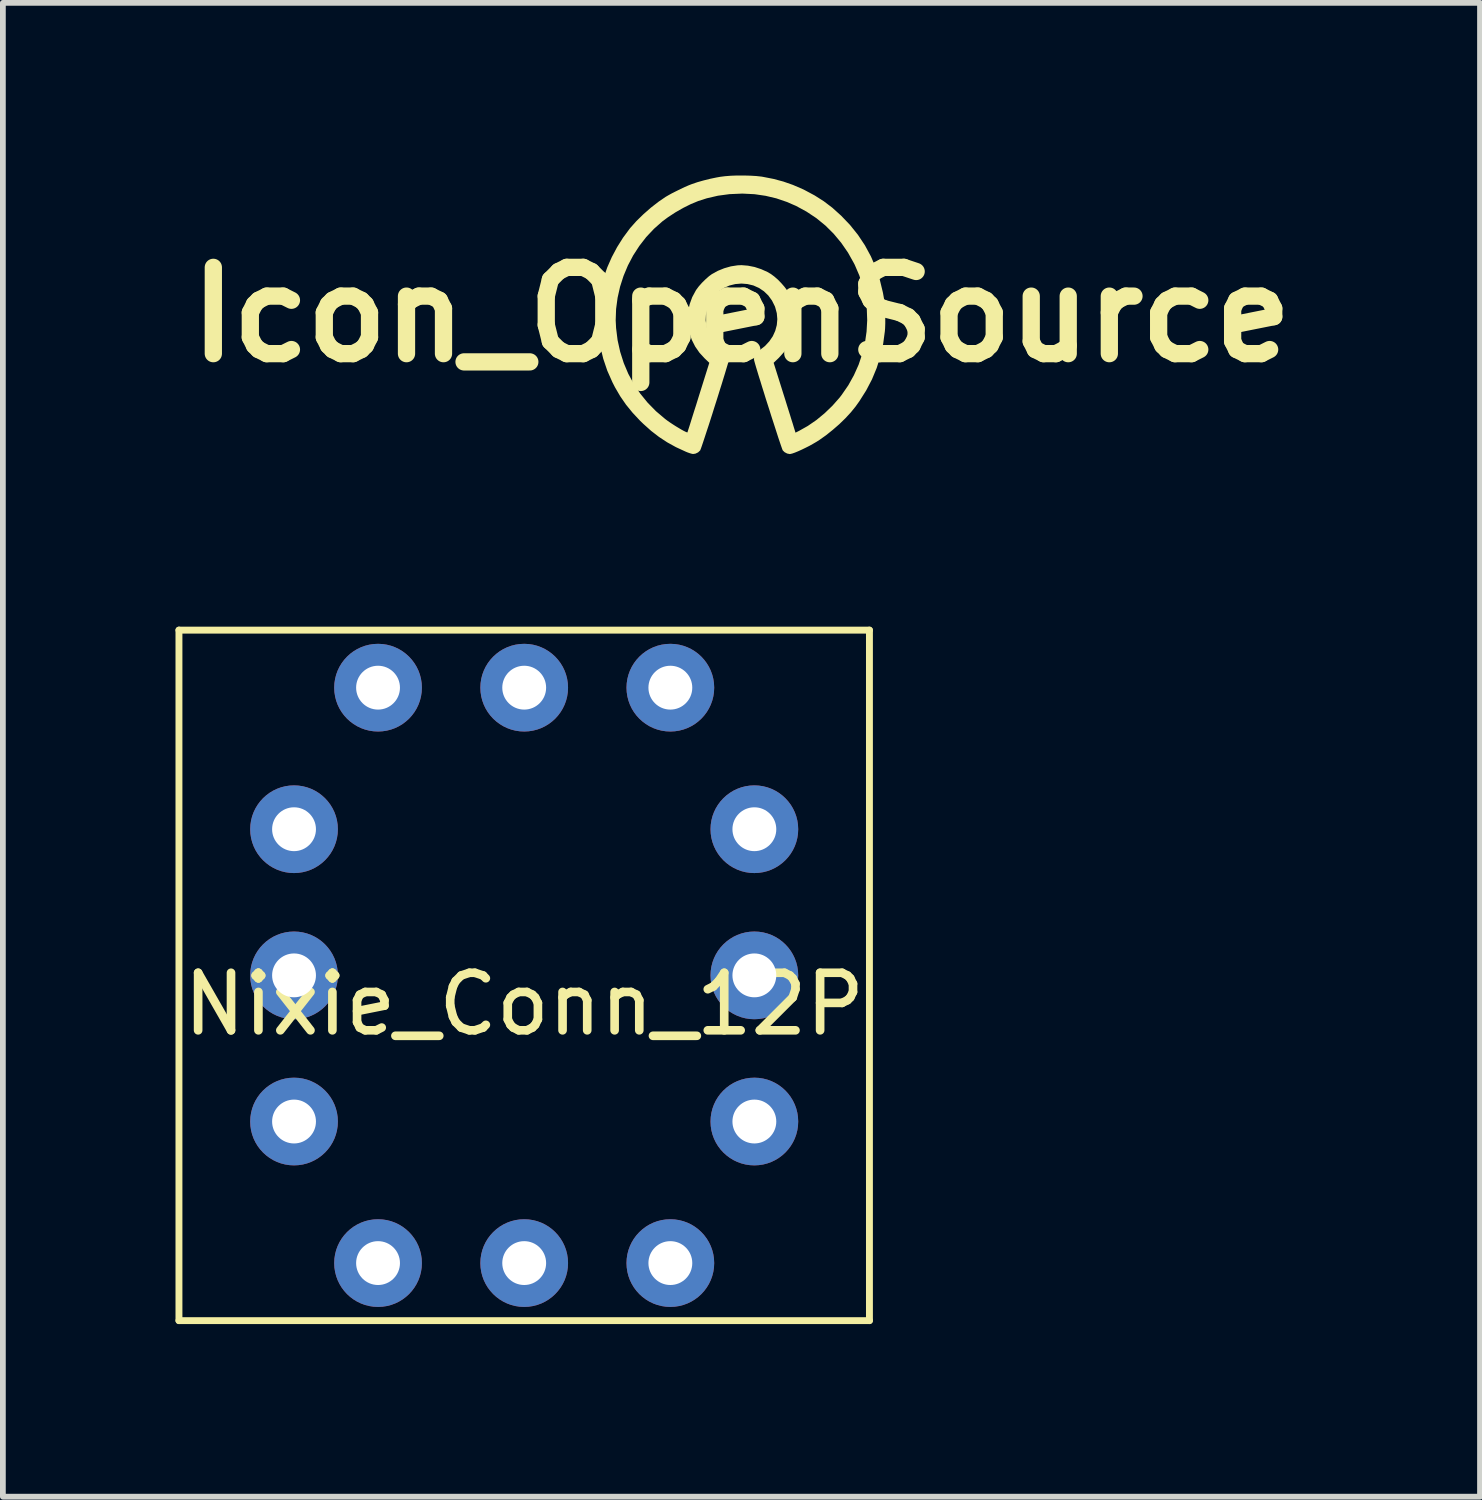
<source format=kicad_pcb>
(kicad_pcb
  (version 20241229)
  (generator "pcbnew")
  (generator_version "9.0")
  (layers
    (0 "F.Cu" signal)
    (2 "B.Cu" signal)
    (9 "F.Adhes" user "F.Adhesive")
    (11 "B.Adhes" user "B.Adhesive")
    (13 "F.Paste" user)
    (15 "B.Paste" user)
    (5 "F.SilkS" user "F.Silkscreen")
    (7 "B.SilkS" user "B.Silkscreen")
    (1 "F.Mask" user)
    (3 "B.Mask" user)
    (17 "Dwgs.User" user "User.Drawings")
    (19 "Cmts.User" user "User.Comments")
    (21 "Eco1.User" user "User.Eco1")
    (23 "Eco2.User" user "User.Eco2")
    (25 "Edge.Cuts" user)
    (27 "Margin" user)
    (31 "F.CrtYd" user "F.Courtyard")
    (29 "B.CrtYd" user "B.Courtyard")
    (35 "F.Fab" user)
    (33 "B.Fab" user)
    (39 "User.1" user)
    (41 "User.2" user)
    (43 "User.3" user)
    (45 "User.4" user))
  (footprint "Nixie_Conn_12P"
    (layer "F.Cu")
    (at 6.06 13.901)
    (property "Reference" "Nixie_Conn_12P" (at 0 0.5 0) (layer "F.SilkS") (effects (font (size 1 1) (thickness 0.15))))
    (attr through_hole)
    (fp_line (start -6 6) (end -6 -6) (stroke (width 0.12) (type solid)) (layer "F.SilkS"))
    (fp_line (start -6 6) (end 6 6) (stroke (width 0.12) (type solid)) (layer "F.SilkS"))
    (fp_line (start 6 -6) (end -6 -6) (stroke (width 0.12) (type solid)) (layer "F.SilkS"))
    (fp_line (start 6 6) (end 6 -6) (stroke (width 0.12) (type solid)) (layer "F.SilkS"))
    (pad "0" thru_hole circle (at -4 0) (size 1.524 1.524) (drill 0.762) (layers "*.Cu" "*.Mask"))
    (pad "1" thru_hole circle (at -4 2.54) (size 1.524 1.524) (drill 0.762) (layers "*.Cu" "*.Mask"))
    (pad "2" thru_hole circle (at -2.54 5) (size 1.524 1.524) (drill 0.762) (layers "*.Cu" "*.Mask"))
    (pad "3" thru_hole circle (at 0 5) (size 1.524 1.524) (drill 0.762) (layers "*.Cu" "*.Mask"))
    (pad "4" thru_hole circle (at 2.54 5) (size 1.524 1.524) (drill 0.762) (layers "*.Cu" "*.Mask"))
    (pad "5" thru_hole circle (at 4 2.54) (size 1.524 1.524) (drill 0.762) (layers "*.Cu" "*.Mask"))
    (pad "6" thru_hole circle (at 4 0) (size 1.524 1.524) (drill 0.762) (layers "*.Cu" "*.Mask"))
    (pad "7" thru_hole circle (at 4 -2.54) (size 1.524 1.524) (drill 0.762) (layers "*.Cu" "*.Mask"))
    (pad "8" thru_hole circle (at 2.54 -5) (size 1.524 1.524) (drill 0.762) (layers "*.Cu" "*.Mask"))
    (pad "9" thru_hole circle (at 0 -5) (size 1.524 1.524) (drill 0.762) (layers "*.Cu" "*.Mask"))
    (pad "10" thru_hole circle (at -2.54 -5) (size 1.524 1.524) (drill 0.762) (layers "*.Cu" "*.Mask"))
    (pad "A" thru_hole circle (at -4 -2.54) (size 1.524 1.524) (drill 0.762) (layers "*.Cu" "*.Mask")))
  (footprint "Icon_OpenSource"
    (layer "F.Cu")
    (at 9.836 2.418)
    (property "Reference" "Icon_OpenSource" (at 0 0 0) (layer "F.SilkS") (effects (font (size 1.5 1.5) (thickness 0.3))))
    (attr board_only exclude_from_pos_files exclude_from_bom)
    (fp_poly (pts (xy 0.151 -2.415) (xy 0.255 -2.409) (xy 0.347 -2.399) (xy 0.371 -2.395) (xy 0.555 -2.359) (xy 0.727 -2.313) (xy 0.893 -2.255) (xy 1.06 -2.183) (xy 1.099 -2.164) (xy 1.271 -2.072) (xy 1.43 -1.971) (xy 1.58 -1.857) (xy 1.725 -1.726) (xy 1.731 -1.721) (xy 1.886 -1.559) (xy 2.024 -1.387) (xy 2.145 -1.205) (xy 2.249 -1.013) (xy 2.336 -0.812) (xy 2.405 -0.602) (xy 2.458 -0.383) (xy 2.477 -0.277) (xy 2.485 -0.206) (xy 2.492 -0.122) (xy 2.497 -0.03) (xy 2.499 0.064) (xy 2.499 0.155) (xy 2.496 0.237) (xy 2.492 0.288) (xy 2.462 0.51) (xy 2.414 0.723) (xy 2.35 0.927) (xy 2.268 1.125) (xy 2.167 1.318) (xy 2.048 1.506) (xy 1.983 1.597) (xy 1.902 1.697) (xy 1.806 1.801) (xy 1.7 1.904) (xy 1.586 2.003) (xy 1.47 2.096) (xy 1.353 2.179) (xy 1.304 2.21) (xy 1.244 2.245) (xy 1.18 2.281) (xy 1.112 2.315) (xy 1.046 2.347) (xy 0.984 2.375) (xy 0.928 2.398) (xy 0.882 2.414) (xy 0.848 2.422) (xy 0.84 2.423) (xy 0.794 2.414) (xy 0.75 2.391) (xy 0.718 2.36) (xy 0.712 2.347) (xy 0.701 2.317) (xy 0.685 2.271) (xy 0.665 2.212) (xy 0.641 2.141) (xy 0.615 2.06) (xy 0.586 1.97) (xy 0.555 1.874) (xy 0.522 1.773) (xy 0.489 1.668) (xy 0.455 1.562) (xy 0.421 1.456) (xy 0.389 1.352) (xy 0.357 1.251) (xy 0.328 1.155) (xy 0.3 1.067) (xy 0.276 0.987) (xy 0.255 0.918) (xy 0.238 0.86) (xy 0.226 0.817) (xy 0.219 0.789) (xy 0.218 0.781) (xy 0.22 0.733) (xy 0.24 0.689) (xy 0.279 0.646) (xy 0.319 0.615) (xy 0.409 0.545) (xy 0.484 0.464) (xy 0.544 0.376) (xy 0.587 0.281) (xy 0.614 0.181) (xy 0.623 0.079) (xy 0.614 -0.025) (xy 0.586 -0.128) (xy 0.58 -0.145) (xy 0.53 -0.245) (xy 0.466 -0.333) (xy 0.39 -0.406) (xy 0.303 -0.464) (xy 0.207 -0.507) (xy 0.102 -0.532) (xy 0 -0.54) (xy -0.108 -0.531) (xy -0.209 -0.506) (xy -0.301 -0.465) (xy -0.383 -0.411) (xy -0.454 -0.346) (xy -0.515 -0.27) (xy -0.562 -0.187) (xy -0.597 -0.096) (xy -0.617 -0.001) (xy -0.622 0.097) (xy -0.61 0.198) (xy -0.581 0.298) (xy -0.534 0.396) (xy -0.533 0.399) (xy -0.484 0.467) (xy -0.421 0.534) (xy -0.347 0.596) (xy -0.319 0.615) (xy -0.266 0.658) (xy -0.233 0.701) (xy -0.217 0.747) (xy -0.217 0.781) (xy -0.222 0.8) (xy -0.231 0.835) (xy -0.246 0.886) (xy -0.265 0.949) (xy -0.287 1.023) (xy -0.313 1.107) (xy -0.341 1.199) (xy -0.372 1.297) (xy -0.404 1.4) (xy -0.437 1.505) (xy -0.471 1.611) (xy -0.504 1.717) (xy -0.537 1.82) (xy -0.569 1.92) (xy -0.6 2.013) (xy -0.628 2.099) (xy -0.653 2.175) (xy -0.675 2.241) (xy -0.693 2.294) (xy -0.707 2.333) (xy -0.716 2.355) (xy -0.718 2.36) (xy -0.754 2.394) (xy -0.8 2.416) (xy -0.842 2.422) (xy -0.864 2.418) (xy -0.899 2.408) (xy -0.941 2.393) (xy -0.972 2.38) (xy -1.139 2.303) (xy -1.291 2.219) (xy -1.434 2.125) (xy -1.57 2.02) (xy -1.705 1.899) (xy -1.764 1.842) (xy -1.893 1.704) (xy -2.007 1.564) (xy -2.107 1.419) (xy -2.198 1.263) (xy -2.242 1.177) (xy -2.332 0.974) (xy -2.402 0.767) (xy -2.454 0.555) (xy -2.486 0.34) (xy -2.5 0.122) (xy -2.499 0.098) (xy -2.186 0.098) (xy -2.179 0.234) (xy -2.153 0.443) (xy -2.108 0.646) (xy -2.046 0.841) (xy -1.967 1.028) (xy -1.871 1.206) (xy -1.758 1.374) (xy -1.63 1.531) (xy -1.486 1.678) (xy -1.328 1.812) (xy -1.28 1.848) (xy -1.238 1.877) (xy -1.191 1.908) (xy -1.141 1.94) (xy -1.091 1.97) (xy -1.044 1.998) (xy -1.002 2.021) (xy -0.969 2.037) (xy -0.947 2.046) (xy -0.94 2.047) (xy -0.936 2.037) (xy -0.928 2.011) (xy -0.914 1.968) (xy -0.896 1.912) (xy -0.875 1.844) (xy -0.85 1.764) (xy -0.822 1.675) (xy -0.791 1.579) (xy -0.759 1.476) (xy -0.748 1.44) (xy -0.559 0.837) (xy -0.641 0.759) (xy -0.731 0.661) (xy -0.805 0.554) (xy -0.863 0.439) (xy -0.904 0.318) (xy -0.929 0.194) (xy -0.937 0.068) (xy -0.927 -0.058) (xy -0.9 -0.183) (xy -0.856 -0.304) (xy -0.794 -0.419) (xy -0.786 -0.432) (xy -0.742 -0.491) (xy -0.686 -0.554) (xy -0.625 -0.614) (xy -0.564 -0.668) (xy -0.513 -0.705) (xy -0.411 -0.761) (xy -0.3 -0.806) (xy -0.184 -0.839) (xy -0.068 -0.857) (xy 0 -0.86) (xy 0.112 -0.851) (xy 0.228 -0.828) (xy 0.343 -0.79) (xy 0.452 -0.741) (xy 0.513 -0.705) (xy 0.571 -0.662) (xy 0.633 -0.608) (xy 0.693 -0.546) (xy 0.747 -0.484) (xy 0.786 -0.432) (xy 0.85 -0.317) (xy 0.896 -0.197) (xy 0.925 -0.072) (xy 0.937 0.054) (xy 0.931 0.18) (xy 0.908 0.304) (xy 0.869 0.425) (xy 0.813 0.541) (xy 0.741 0.649) (xy 0.652 0.748) (xy 0.641 0.759) (xy 0.559 0.837) (xy 0.729 1.378) (xy 0.761 1.479) (xy 0.791 1.576) (xy 0.82 1.668) (xy 0.846 1.751) (xy 0.869 1.826) (xy 0.889 1.888) (xy 0.904 1.938) (xy 0.914 1.971) (xy 0.919 1.986) (xy 0.939 2.051) (xy 0.999 2.021) (xy 1.152 1.935) (xy 1.302 1.832) (xy 1.445 1.714) (xy 1.58 1.584) (xy 1.703 1.445) (xy 1.74 1.397) (xy 1.856 1.229) (xy 1.954 1.053) (xy 2.036 0.87) (xy 2.099 0.682) (xy 2.146 0.49) (xy 2.174 0.295) (xy 2.185 0.098) (xy 2.178 -0.1) (xy 2.153 -0.296) (xy 2.109 -0.49) (xy 2.048 -0.681) (xy 1.968 -0.867) (xy 1.954 -0.894) (xy 1.851 -1.078) (xy 1.733 -1.249) (xy 1.602 -1.406) (xy 1.458 -1.549) (xy 1.301 -1.677) (xy 1.131 -1.79) (xy 0.949 -1.889) (xy 0.787 -1.959) (xy 0.605 -2.021) (xy 0.419 -2.065) (xy 0.228 -2.093) (xy 0.029 -2.103) (xy 0 -2.103) (xy -0.208 -2.094) (xy -0.408 -2.067) (xy -0.602 -2.022) (xy -0.752 -1.974) (xy -0.882 -1.92) (xy -1.016 -1.853) (xy -1.15 -1.776) (xy -1.278 -1.692) (xy -1.373 -1.622) (xy -1.52 -1.492) (xy -1.655 -1.349) (xy -1.775 -1.194) (xy -1.882 -1.029) (xy -1.974 -0.854) (xy -2.05 -0.672) (xy -2.11 -0.485) (xy -2.153 -0.293) (xy -2.179 -0.098) (xy -2.186 0.098) (xy -2.499 0.098) (xy -2.494 -0.097) (xy -2.469 -0.318) (xy -2.441 -0.467) (xy -2.395 -0.643) (xy -2.332 -0.822) (xy -2.254 -0.999) (xy -2.162 -1.172) (xy -2.059 -1.336) (xy -1.946 -1.489) (xy -1.932 -1.507) (xy -1.825 -1.627) (xy -1.704 -1.745) (xy -1.574 -1.859) (xy -1.439 -1.964) (xy -1.319 -2.046) (xy -1.269 -2.075) (xy -1.206 -2.11) (xy -1.134 -2.146) (xy -1.059 -2.183) (xy -0.985 -2.218) (xy -0.916 -2.248) (xy -0.859 -2.27) (xy -0.859 -2.27) (xy -0.765 -2.302) (xy -0.659 -2.332) (xy -0.547 -2.36) (xy -0.437 -2.383) (xy -0.371 -2.395) (xy -0.284 -2.406) (xy -0.183 -2.414) (xy -0.073 -2.418) (xy 0.04 -2.418)) (stroke (width 0) (type solid)) (fill yes) (layer "F.SilkS")))
  (gr_rect
    (start -3 -3)
    (end 22.671 22.961)
    (stroke (width 0.1) (type default))
    (fill no)
    (layer "Edge.Cuts")))
</source>
